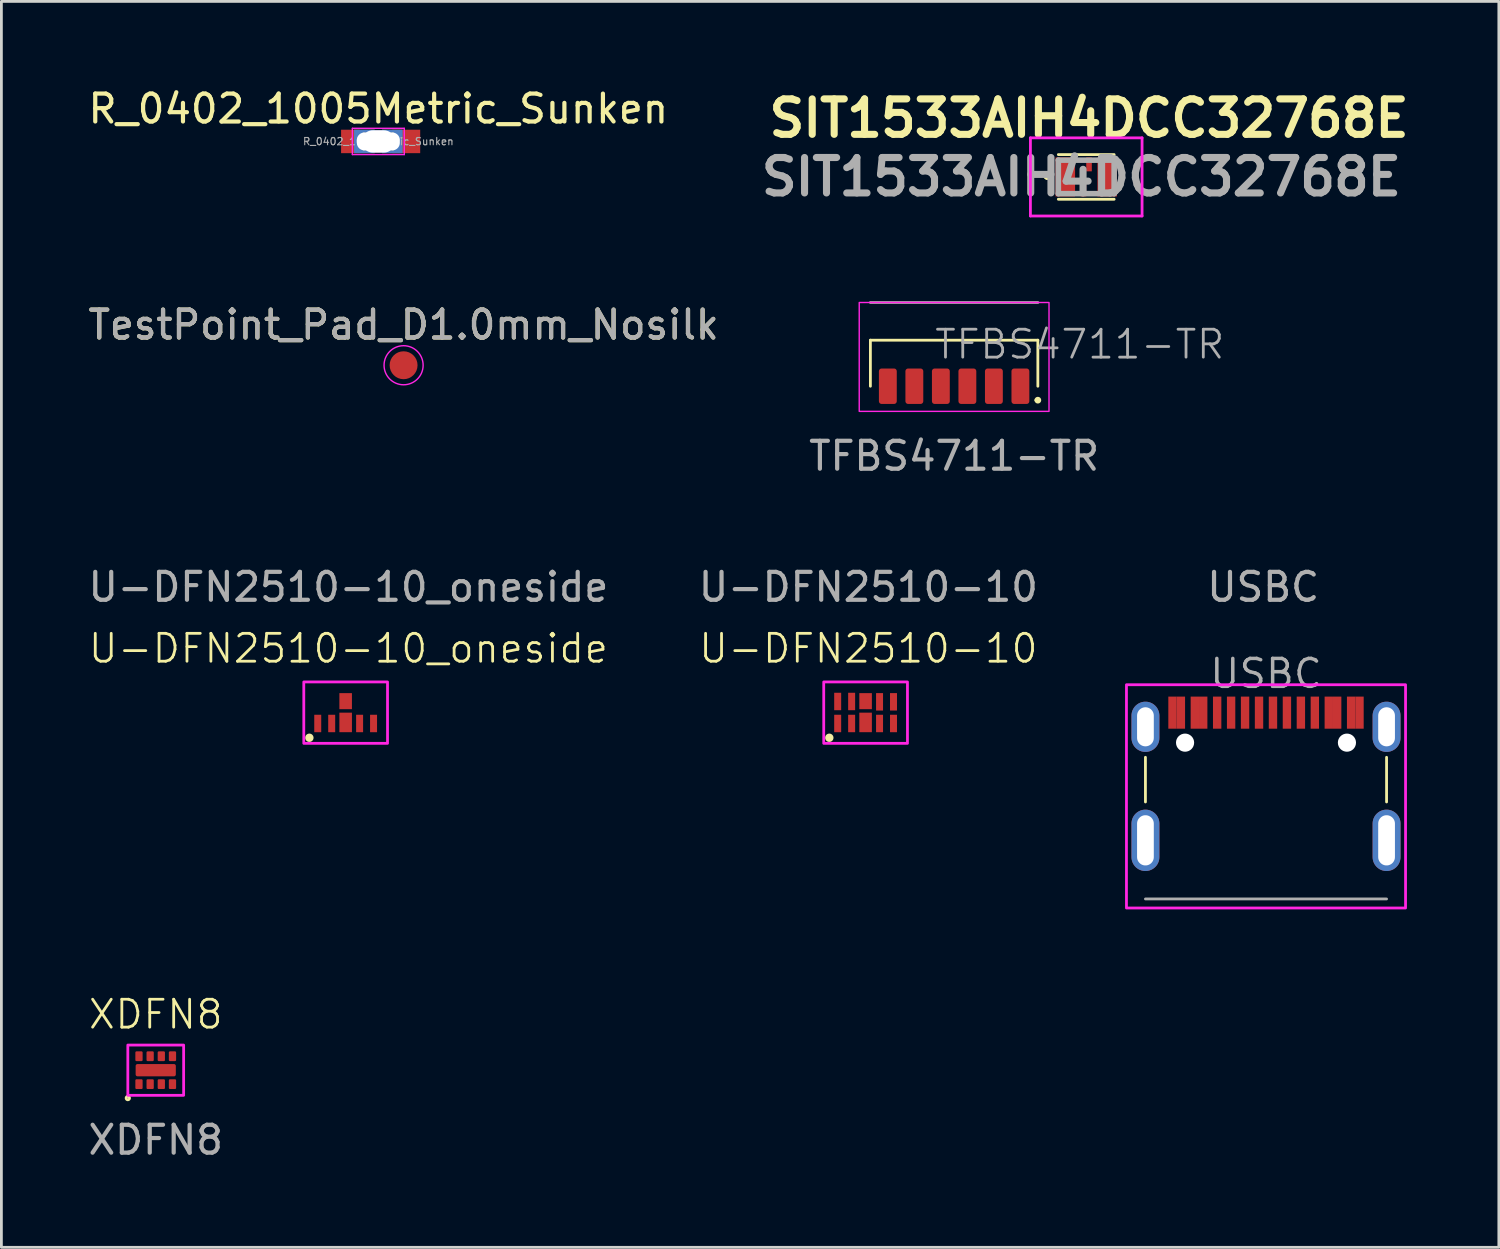
<source format=kicad_pcb>
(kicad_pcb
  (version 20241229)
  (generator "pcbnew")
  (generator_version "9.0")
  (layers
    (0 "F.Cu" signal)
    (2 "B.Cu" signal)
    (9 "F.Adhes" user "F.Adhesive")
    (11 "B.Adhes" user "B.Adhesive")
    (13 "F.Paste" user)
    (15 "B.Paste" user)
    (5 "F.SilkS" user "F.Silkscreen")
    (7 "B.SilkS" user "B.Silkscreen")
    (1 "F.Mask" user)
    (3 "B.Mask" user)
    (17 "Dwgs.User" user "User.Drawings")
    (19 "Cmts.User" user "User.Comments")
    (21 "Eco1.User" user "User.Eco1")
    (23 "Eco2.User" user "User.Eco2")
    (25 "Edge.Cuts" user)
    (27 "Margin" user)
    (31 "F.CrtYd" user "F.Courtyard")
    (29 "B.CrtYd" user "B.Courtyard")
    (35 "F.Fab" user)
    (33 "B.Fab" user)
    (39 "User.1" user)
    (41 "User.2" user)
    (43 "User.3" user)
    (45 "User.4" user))
  (footprint "TestPoint_Pad_D1.0mm_Nosilk"
    (layer "F.Cu")
    (at 11.411 10.037)
    (property "Reference" "TestPoint_Pad_D1.0mm_Nosilk" (at 0 -1.448 0) (layer "F.SilkS") (effects (font (size 1 1) (thickness 0.15))))
    (attr exclude_from_pos_files exclude_from_bom)
    (fp_circle (center 0 0) (end 0.7 0) (stroke (width 0.05) (type solid)) (fill no) (layer "F.CrtYd"))
    (fp_text user "${REFERENCE}" (at 0 -1.45 0) (layer "F.Fab") (effects (font (size 1 1) (thickness 0.15))))
    (pad "1" smd circle (at 0 0) (size 1 1) (layers "F.Cu" "F.Mask")))
  (footprint "USBC"
    (layer "F.Cu")
    (at 42.312 22.485)
    (property "Reference" "USBC" (at 0 -1.4 0) (unlocked yes) (layer "F.Fab") (effects (font (size 1 1) (thickness 0.125))))
    (attr smd)
    (fp_line (start -4.32 1.6) (end -4.32 3.2) (stroke (width 0.1) (type solid)) (layer "F.SilkS"))
    (fp_line (start 4.32 1.6) (end 4.32 3.2) (stroke (width 0.1) (type solid)) (layer "F.SilkS"))
    (fp_rect (start -5 -1) (end 5 7) (stroke (width 0.1) (type solid)) (fill no) (layer "F.CrtYd"))
    (fp_line (start -4.32 6.675) (end 4.32 6.675) (stroke (width 0.1) (type solid)) (layer "F.Fab"))
    (fp_text user "${REFERENCE}" (at -0.1 -4.5 0) (unlocked yes) (layer "F.Fab") (effects (font (size 1 1) (thickness 0.15))))
    (pad "" np_thru_hole circle (at -2.9 1.075) (size 0.65 0.65) (drill 0.65) (layers "*.Cu" "*.Mask"))
    (pad "" np_thru_hole circle (at 2.9 1.075) (size 0.65 0.65) (drill 0.65) (layers "*.Cu" "*.Mask"))
    (pad "A1" smd rect (at -3.35 0) (size 0.3 1.15) (layers "F.Cu" "F.Mask" "F.Paste"))
    (pad "A4" smd rect (at -2.55 0) (size 0.3 1.15) (layers "F.Cu" "F.Mask" "F.Paste"))
    (pad "A5" smd rect (at -1.25 0) (size 0.3 1.15) (layers "F.Cu" "F.Mask" "F.Paste"))
    (pad "A6" smd rect (at -0.25 0) (size 0.3 1.15) (layers "F.Cu" "F.Mask" "F.Paste"))
    (pad "A7" smd rect (at 0.25 0) (size 0.3 1.15) (layers "F.Cu" "F.Mask" "F.Paste"))
    (pad "A8" smd rect (at 1.25 0) (size 0.3 1.15) (layers "F.Cu" "F.Mask" "F.Paste"))
    (pad "A9" smd rect (at 2.55 0) (size 0.3 1.15) (layers "F.Cu" "F.Mask" "F.Paste"))
    (pad "A12" smd rect (at 3.35 0) (size 0.3 1.15) (layers "F.Cu" "F.Mask" "F.Paste"))
    (pad "B1" smd rect (at 3.05 0) (size 0.3 1.15) (layers "F.Cu" "F.Mask" "F.Paste"))
    (pad "B4" smd rect (at 2.25 0) (size 0.3 1.15) (layers "F.Cu" "F.Mask" "F.Paste"))
    (pad "B5" smd rect (at 1.75 0) (size 0.3 1.15) (layers "F.Cu" "F.Mask" "F.Paste"))
    (pad "B6" smd rect (at 0.75 0) (size 0.3 1.15) (layers "F.Cu" "F.Mask" "F.Paste"))
    (pad "B7" smd rect (at -0.75 0) (size 0.3 1.15) (layers "F.Cu" "F.Mask" "F.Paste"))
    (pad "B8" smd rect (at -1.75 0) (size 0.3 1.15) (layers "F.Cu" "F.Mask" "F.Paste"))
    (pad "B9" smd rect (at -2.25 0) (size 0.3 1.15) (layers "F.Cu" "F.Mask" "F.Paste"))
    (pad "B12" smd rect (at -3.05 0) (size 0.3 1.15) (layers "F.Cu" "F.Mask" "F.Paste"))
    (pad "S1" thru_hole oval (at -4.32 0.507) (size 1 1.8) (drill oval 0.6 1.4) (layers "*.Cu" "*.Mask"))
    (pad "S1" thru_hole oval (at -4.32 4.575) (size 1 2.2) (drill oval 0.6 1.8) (layers "*.Cu" "*.Mask"))
    (pad "S1" thru_hole oval (at 4.32 0.507) (size 1 1.8) (drill oval 0.6 1.4) (layers "*.Cu" "*.Mask"))
    (pad "S1" thru_hole oval (at 4.32 4.575) (size 1 2.2) (drill oval 0.6 1.8) (layers "*.Cu" "*.Mask")))
  (footprint "TFBS4711-TR"
    (layer "F.Cu")
    (at 31.137 10.789)
    (property "Reference" "TFBS4711-TR" (at 4.5 -1.5 0) (unlocked yes) (layer "F.Fab") (effects (font (size 1 1) (thickness 0.1))))
    (attr smd)
    (fp_line (start -3 0) (end -3 -1.65) (stroke (width 0.1) (type solid)) (layer "F.SilkS"))
    (fp_line (start 2.929 0.5) (end 3 0.5) (stroke (width 0.1) (type default)) (layer "F.SilkS"))
    (fp_line (start 3 -1.65) (end -3 -1.65) (stroke (width 0.1) (type solid)) (layer "F.SilkS"))
    (fp_line (start 3 0) (end 3 -1.65) (stroke (width 0.1) (type solid)) (layer "F.SilkS"))
    (fp_circle (center 3 0.5) (end 2.929 0.5) (stroke (width 0.1) (type default)) (fill no) (layer "F.SilkS"))
    (fp_rect (start -3.4 -3) (end 3.4 0.9) (stroke (width 0.05) (type default)) (fill no) (layer "F.CrtYd"))
    (fp_line (start 3 -3) (end -3 -3) (stroke (width 0.1) (type solid)) (layer "F.Fab"))
    (fp_text user "${REFERENCE}" (at 0 2.5 0) (unlocked yes) (layer "F.Fab") (effects (font (size 1 1) (thickness 0.15))))
    (pad "1" smd roundrect (at 2.375 0 180) (size 0.64 1.27) (layers "F.Cu" "F.Mask" "F.Paste") (roundrect_rratio 0.15))
    (pad "2" smd roundrect (at 1.425 0 180) (size 0.64 1.27) (layers "F.Cu" "F.Mask" "F.Paste") (roundrect_rratio 0.15))
    (pad "3" smd roundrect (at 0.475 0 180) (size 0.64 1.27) (layers "F.Cu" "F.Mask" "F.Paste") (roundrect_rratio 0.15))
    (pad "4" smd roundrect (at -0.475 0 180) (size 0.64 1.27) (layers "F.Cu" "F.Mask" "F.Paste") (roundrect_rratio 0.15))
    (pad "5" smd roundrect (at -1.425 0 180) (size 0.64 1.27) (layers "F.Cu" "F.Mask" "F.Paste") (roundrect_rratio 0.15))
    (pad "6" smd roundrect (at -2.375 0 180) (size 0.64 1.27) (layers "F.Cu" "F.Mask" "F.Paste") (roundrect_rratio 0.15)))
  (footprint "SIT1533AIH4DCC32768E"
    (layer "F.Cu")
    (at 35.871 3.289)
    (property "Reference" "SIT1533AIH4DCC32768E" (at 0.1 -2.1 0) (layer "F.SilkS") (effects (font (size 1.27 1.27) (thickness 0.254))))
    (attr smd)
    (fp_line (start -1.4 -0.1) (end -1.4 -0.1) (stroke (width 0.2) (type solid)) (layer "F.SilkS"))
    (fp_line (start -1.4 0) (end -1.4 0) (stroke (width 0.2) (type solid)) (layer "F.SilkS"))
    (fp_line (start -1 -0.8) (end 1 -0.8) (stroke (width 0.1) (type solid)) (layer "F.SilkS"))
    (fp_line (start -1 0.8) (end 1 0.8) (stroke (width 0.1) (type solid)) (layer "F.SilkS"))
    (fp_arc (start -1.4 -0.1) (mid -1.35 -0.05) (end -1.4 0) (stroke (width 0.2) (type solid)) (layer "F.SilkS"))
    (fp_arc (start -1.4 0) (mid -1.45 -0.05) (end -1.4 -0.1) (stroke (width 0.2) (type solid)) (layer "F.SilkS"))
    (fp_line (start -2 -1.4) (end 2 -1.4) (stroke (width 0.1) (type solid)) (layer "F.CrtYd"))
    (fp_line (start -2 1.4) (end -2 -1.4) (stroke (width 0.1) (type solid)) (layer "F.CrtYd"))
    (fp_line (start 2 -1.4) (end 2 1.4) (stroke (width 0.1) (type solid)) (layer "F.CrtYd"))
    (fp_line (start 2 1.4) (end -2 1.4) (stroke (width 0.1) (type solid)) (layer "F.CrtYd"))
    (fp_line (start -1 -0.6) (end 1 -0.6) (stroke (width 0.2) (type solid)) (layer "F.Fab"))
    (fp_line (start -1 0.6) (end -1 -0.6) (stroke (width 0.2) (type solid)) (layer "F.Fab"))
    (fp_line (start 1 -0.6) (end 1 0.6) (stroke (width 0.2) (type solid)) (layer "F.Fab"))
    (fp_line (start 1 0.6) (end -1 0.6) (stroke (width 0.2) (type solid)) (layer "F.Fab"))
    (fp_text user "${REFERENCE}" (at -0.175 0 0) (layer "F.Fab") (effects (font (size 1.27 1.27) (thickness 0.254))))
    (pad "1" smd rect (at -0.75 0) (size 0.7 1.4) (layers "F.Cu" "F.Mask" "F.Paste"))
    (pad "2" smd rect (at -0.1 0.45) (size 0.2 0.5) (layers "F.Cu" "F.Mask" "F.Paste"))
    (pad "3" smd rect (at 0.75 0) (size 0.7 1.4) (layers "F.Cu" "F.Mask" "F.Paste"))
    (pad "4" smd rect (at 0.1 -0.45) (size 0.2 0.5) (layers "F.Cu" "F.Mask" "F.Paste")))
  (footprint "R_0402_1005Metric_Sunken"
    (layer "F.Cu")
    (at 10.506 2.018)
    (property "Reference" "R_0402_1005Metric_Sunken" (at 0 -1.17 0) (layer "F.SilkS") (effects (font (size 1 1) (thickness 0.15))))
    (attr smd)
    (fp_line (start -0.93 -0.47) (end 0.93 -0.47) (stroke (width 0.05) (type solid)) (layer "F.CrtYd"))
    (fp_line (start -0.93 0.47) (end -0.93 -0.47) (stroke (width 0.05) (type solid)) (layer "F.CrtYd"))
    (fp_line (start 0.93 -0.47) (end 0.93 0.47) (stroke (width 0.05) (type solid)) (layer "F.CrtYd"))
    (fp_line (start 0.93 0.47) (end -0.93 0.47) (stroke (width 0.05) (type solid)) (layer "F.CrtYd"))
    (fp_line (start -0.525 -0.27) (end 0.525 -0.27) (stroke (width 0.1) (type solid)) (layer "F.Fab"))
    (fp_line (start -0.525 0.27) (end -0.525 -0.27) (stroke (width 0.1) (type solid)) (layer "F.Fab"))
    (fp_line (start 0.525 -0.27) (end 0.525 0.27) (stroke (width 0.1) (type solid)) (layer "F.Fab"))
    (fp_line (start 0.525 0.27) (end -0.525 0.27) (stroke (width 0.1) (type solid)) (layer "F.Fab"))
    (fp_text user "${REFERENCE}" (at 0 0 0) (layer "F.Fab") (effects (font (size 0.26 0.26) (thickness 0.04))))
    (pad "" np_thru_hole roundrect (at 0 0) (size 1.2 0.8) (drill oval 1.2 0.9) (layers "*.Cu" "*.Mask") (roundrect_rratio 0.25))
    (pad "1" smd rect (at -1 0 180) (size 0.67 0.84) (layers "F.Cu" "F.Mask"))
    (pad "1" thru_hole rect (at -0.5 0) (size 0.74 0.84) (drill oval 0.54 0.64) (layers "*.Cu" "*.Mask"))
    (pad "2" thru_hole rect (at 0.5 0) (size 0.74 0.84) (drill oval 0.54 0.64) (layers "*.Cu" "*.Mask"))
    (pad "2" smd rect (at 1 0 180) (size 1 0.84) (layers "F.Cu" "F.Mask")))
  (footprint "XDFN8"
    (layer "F.Cu")
    (at 2.53 35.296)
    (property "Reference" "XDFN8" (at 0 -2 0) (unlocked yes) (layer "F.SilkS") (effects (font (size 1 1) (thickness 0.1))))
    (attr smd)
    (fp_circle (center -1 1) (end -0.942 0.981) (stroke (width 0.1) (type default)) (fill no) (layer "F.SilkS"))
    (fp_rect (start -1 -0.9) (end 1 0.9) (stroke (width 0.1) (type solid)) (fill no) (layer "F.CrtYd"))
    (fp_text user "${REFERENCE}" (at 0 2.5 0) (unlocked yes) (layer "F.Fab") (effects (font (size 1 1) (thickness 0.15))))
    (pad "1" smd roundrect (at -0.6 0.5) (size 0.26 0.35) (layers "F.Cu" "F.Mask" "F.Paste") (roundrect_rratio 0.15))
    (pad "2" smd roundrect (at -0.2 0.5) (size 0.26 0.35) (layers "F.Cu" "F.Mask" "F.Paste") (roundrect_rratio 0.15))
    (pad "3" smd roundrect (at 0.2 0.5) (size 0.26 0.35) (layers "F.Cu" "F.Mask" "F.Paste") (roundrect_rratio 0.15))
    (pad "4" smd roundrect (at 0.6 0.5) (size 0.26 0.35) (layers "F.Cu" "F.Mask" "F.Paste") (roundrect_rratio 0.15))
    (pad "5" smd roundrect (at 0.6 -0.5) (size 0.26 0.35) (layers "F.Cu" "F.Mask" "F.Paste") (roundrect_rratio 0.15))
    (pad "6" smd roundrect (at 0.2 -0.5) (size 0.26 0.35) (layers "F.Cu" "F.Mask" "F.Paste") (roundrect_rratio 0.15))
    (pad "7" smd roundrect (at -0.2 -0.5) (size 0.26 0.35) (layers "F.Cu" "F.Mask" "F.Paste") (roundrect_rratio 0.15))
    (pad "8" smd roundrect (at -0.6 -0.5) (size 0.26 0.35) (layers "F.Cu" "F.Mask" "F.Paste") (roundrect_rratio 0.15))
    (pad "9" smd roundrect (at 0 0) (size 1.44 0.44) (layers "F.Cu" "F.Mask" "F.Paste") (roundrect_rratio 0.15)))
  (footprint "U-DFN2510-10_oneside"
    (layer "F.Cu")
    (at 9.335 22.485)
    (property "Reference" "U-DFN2510-10_oneside" (at 0.1 -2.3 0) (unlocked yes) (layer "F.SilkS") (effects (font (size 1 1) (thickness 0.1))))
    (attr smd)
    (fp_circle (center -1.3 0.9) (end -1.3 1) (stroke (width 0.1) (type solid)) (fill yes) (layer "F.SilkS"))
    (fp_rect (start -1.5 -1.1) (end 1.5 1.1) (stroke (width 0.1) (type solid)) (fill no) (layer "F.CrtYd"))
    (fp_text user "${REFERENCE}" (at 0.1 -4.5 0) (unlocked yes) (layer "F.Fab") (effects (font (size 1 1) (thickness 0.15))))
    (pad "1" smd rect (at -1 0.388) (size 0.25 0.625) (layers "F.Cu" "F.Mask" "F.Paste"))
    (pad "2" smd rect (at -0.5 0.388) (size 0.25 0.625) (layers "F.Cu" "F.Mask" "F.Paste"))
    (pad "3" smd rect (at 0 0.35) (size 0.45 0.7) (layers "F.Cu" "F.Mask" "F.Paste"))
    (pad "4" smd rect (at 0.5 0.388) (size 0.25 0.625) (layers "F.Cu" "F.Mask" "F.Paste"))
    (pad "5" smd rect (at 1 0.388) (size 0.25 0.625) (layers "F.Cu" "F.Mask" "F.Paste"))
    (pad "8" smd rect (at 0 -0.412) (size 0.45 0.575) (layers "F.Cu" "F.Mask" "F.Paste")))
  (footprint "U-DFN2510-10"
    (layer "F.Cu")
    (at 27.965 22.485)
    (property "Reference" "U-DFN2510-10" (at 0.1 -2.3 0) (unlocked yes) (layer "F.SilkS") (effects (font (size 1 1) (thickness 0.1))))
    (attr smd)
    (fp_circle (center -1.3 0.9) (end -1.3 1) (stroke (width 0.1) (type solid)) (fill yes) (layer "F.SilkS"))
    (fp_rect (start -1.5 -1.1) (end 1.5 1.1) (stroke (width 0.1) (type solid)) (fill no) (layer "F.CrtYd"))
    (fp_text user "${REFERENCE}" (at 0.1 -4.5 0) (unlocked yes) (layer "F.Fab") (effects (font (size 1 1) (thickness 0.15))))
    (pad "1" smd rect (at -1 0.388) (size 0.25 0.625) (layers "F.Cu" "F.Mask" "F.Paste"))
    (pad "2" smd rect (at -0.5 0.388) (size 0.25 0.625) (layers "F.Cu" "F.Mask" "F.Paste"))
    (pad "3" smd rect (at 0 0.35) (size 0.45 0.7) (layers "F.Cu" "F.Mask" "F.Paste"))
    (pad "4" smd rect (at 0.5 0.388) (size 0.25 0.625) (layers "F.Cu" "F.Mask" "F.Paste"))
    (pad "5" smd rect (at 1 0.388) (size 0.25 0.625) (layers "F.Cu" "F.Mask" "F.Paste"))
    (pad "6" smd rect (at 1 -0.388) (size 0.25 0.625) (layers "F.Cu" "F.Mask" "F.Paste"))
    (pad "7" smd rect (at 0.5 -0.388) (size 0.25 0.625) (layers "F.Cu" "F.Mask" "F.Paste"))
    (pad "8" smd rect (at 0 -0.412) (size 0.45 0.575) (layers "F.Cu" "F.Mask" "F.Paste"))
    (pad "9" smd rect (at -0.5 -0.4) (size 0.25 0.625) (layers "F.Cu" "F.Mask" "F.Paste"))
    (pad "10" smd rect (at -1 -0.4) (size 0.25 0.625) (layers "F.Cu" "F.Mask" "F.Paste")))
  (gr_rect
    (start -3 -3)
    (end 50.655 41.644)
    (stroke (width 0.1) (type default))
    (fill no)
    (layer "Edge.Cuts")))
</source>
